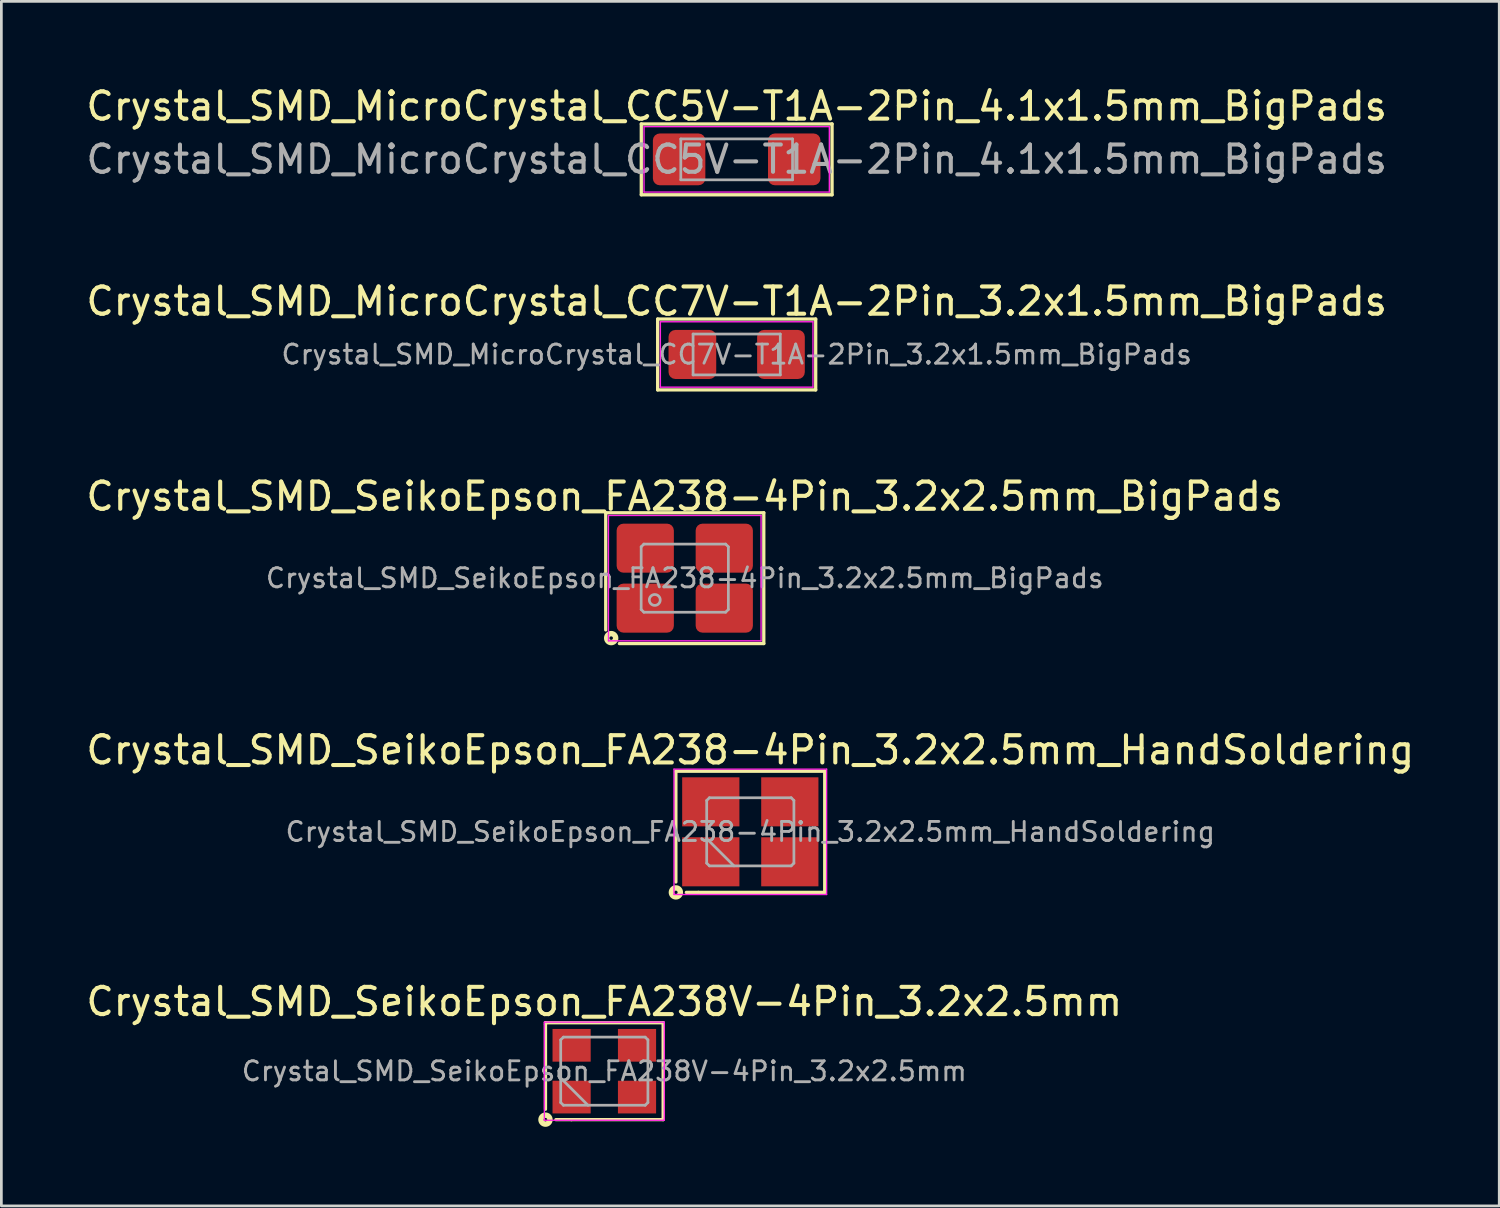
<source format=kicad_pcb>
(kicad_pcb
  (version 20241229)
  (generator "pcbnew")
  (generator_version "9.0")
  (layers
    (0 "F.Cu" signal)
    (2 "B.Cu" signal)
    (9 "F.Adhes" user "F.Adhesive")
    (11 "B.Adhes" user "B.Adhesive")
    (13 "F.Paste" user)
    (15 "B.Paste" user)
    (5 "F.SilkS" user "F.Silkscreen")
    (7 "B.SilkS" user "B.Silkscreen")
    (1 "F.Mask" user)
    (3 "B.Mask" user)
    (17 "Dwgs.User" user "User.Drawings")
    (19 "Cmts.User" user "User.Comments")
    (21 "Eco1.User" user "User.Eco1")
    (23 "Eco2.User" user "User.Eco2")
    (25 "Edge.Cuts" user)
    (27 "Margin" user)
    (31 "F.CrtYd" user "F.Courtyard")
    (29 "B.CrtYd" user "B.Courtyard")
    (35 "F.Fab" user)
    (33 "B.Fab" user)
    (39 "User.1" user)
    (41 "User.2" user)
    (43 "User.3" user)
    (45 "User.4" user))
  (footprint "Crystal_SMD_MicroCrystal_CC5V-T1A-2Pin_4.1x1.5mm_BigPads"
    (layer "F.Cu")
    (at 23.982 2.798)
    (property "Reference" "Crystal_SMD_MicroCrystal_CC5V-T1A-2Pin_4.1x1.5mm_BigPads" (at 0 -1.95 0) (layer "F.SilkS") (effects (font (size 1 1) (thickness 0.15))))
    (attr smd)
    (fp_line (start -3.5 -1.3) (end -3.5 1.3) (stroke (width 0.12) (type solid)) (layer "F.SilkS"))
    (fp_line (start -3.5 1.3) (end 3.5 1.3) (stroke (width 0.12) (type solid)) (layer "F.SilkS"))
    (fp_line (start 3.5 -1.3) (end -3.5 -1.3) (stroke (width 0.12) (type solid)) (layer "F.SilkS"))
    (fp_line (start 3.5 1.3) (end 3.5 -1.3) (stroke (width 0.12) (type solid)) (layer "F.SilkS"))
    (fp_line (start -3.4 -1.2) (end -3.4 1.2) (stroke (width 0.05) (type solid)) (layer "F.CrtYd"))
    (fp_line (start -3.4 1.2) (end 3.4 1.2) (stroke (width 0.05) (type solid)) (layer "F.CrtYd"))
    (fp_line (start 3.4 -1.2) (end -3.4 -1.2) (stroke (width 0.05) (type solid)) (layer "F.CrtYd"))
    (fp_line (start 3.4 1.2) (end 3.4 -1.2) (stroke (width 0.05) (type solid)) (layer "F.CrtYd"))
    (fp_line (start -2.05 -0.75) (end -2.05 0.75) (stroke (width 0.1) (type solid)) (layer "F.Fab"))
    (fp_line (start -2.05 0.75) (end 2.05 0.75) (stroke (width 0.1) (type solid)) (layer "F.Fab"))
    (fp_line (start 2.05 -0.75) (end -2.05 -0.75) (stroke (width 0.1) (type solid)) (layer "F.Fab"))
    (fp_line (start 2.05 0.75) (end 2.05 -0.75) (stroke (width 0.1) (type solid)) (layer "F.Fab"))
    (fp_text user "${REFERENCE}" (at 0 0 0) (layer "F.Fab") (effects (font (size 1 1) (thickness 0.15))))
    (pad "1" smd roundrect (at -2.112 0) (size 1.925 1.9) (layers "F.Cu" "F.Mask" "F.Paste") (roundrect_rratio 0.132))
    (pad "2" smd roundrect (at 2.112 0) (size 1.925 1.9) (layers "F.Cu" "F.Mask" "F.Paste") (roundrect_rratio 0.132)))
  (footprint "Crystal_SMD_MicroCrystal_CC7V-T1A-2Pin_3.2x1.5mm_BigPads"
    (layer "F.Cu")
    (at 23.982 9.957)
    (property "Reference" "Crystal_SMD_MicroCrystal_CC7V-T1A-2Pin_3.2x1.5mm_BigPads" (at 0 -1.95 0) (layer "F.SilkS") (effects (font (size 1 1) (thickness 0.15))))
    (attr smd)
    (fp_line (start -2.9 -1.3) (end -2.9 1.3) (stroke (width 0.12) (type solid)) (layer "F.SilkS"))
    (fp_line (start -2.9 1.3) (end 2.9 1.3) (stroke (width 0.12) (type solid)) (layer "F.SilkS"))
    (fp_line (start 2.9 -1.3) (end -2.9 -1.3) (stroke (width 0.12) (type solid)) (layer "F.SilkS"))
    (fp_line (start 2.9 1.3) (end 2.9 -1.3) (stroke (width 0.12) (type solid)) (layer "F.SilkS"))
    (fp_line (start -2.8 -1.2) (end -2.8 1.2) (stroke (width 0.05) (type solid)) (layer "F.CrtYd"))
    (fp_line (start -2.8 1.2) (end 2.8 1.2) (stroke (width 0.05) (type solid)) (layer "F.CrtYd"))
    (fp_line (start 2.8 -1.2) (end -2.8 -1.2) (stroke (width 0.05) (type solid)) (layer "F.CrtYd"))
    (fp_line (start 2.8 1.2) (end 2.8 -1.2) (stroke (width 0.05) (type solid)) (layer "F.CrtYd"))
    (fp_line (start -1.6 -0.75) (end -1.6 0.75) (stroke (width 0.1) (type solid)) (layer "F.Fab"))
    (fp_line (start -1.6 0.75) (end 1.6 0.75) (stroke (width 0.1) (type solid)) (layer "F.Fab"))
    (fp_line (start 1.6 -0.75) (end -1.6 -0.75) (stroke (width 0.1) (type solid)) (layer "F.Fab"))
    (fp_line (start 1.6 0.75) (end 1.6 -0.75) (stroke (width 0.1) (type solid)) (layer "F.Fab"))
    (fp_text user "${REFERENCE}" (at 0 0 0) (layer "F.Fab") (effects (font (size 0.7 0.7) (thickness 0.105))))
    (pad "1" smd roundrect (at -1.625 0) (size 1.75 1.8) (layers "F.Cu" "F.Mask" "F.Paste") (roundrect_rratio 0.143))
    (pad "2" smd roundrect (at 1.625 0) (size 1.75 1.8) (layers "F.Cu" "F.Mask" "F.Paste") (roundrect_rratio 0.143)))
  (footprint "Crystal_SMD_SeikoEpson_FA238-4Pin_3.2x2.5mm_BigPads"
    (layer "F.Cu")
    (at 22.077 18.165)
    (property "Reference" "Crystal_SMD_SeikoEpson_FA238-4Pin_3.2x2.5mm_BigPads" (at 0 -3 0) (layer "F.SilkS") (effects (font (size 1 1) (thickness 0.15))))
    (attr smd)
    (fp_line (start -2.9 -2.4) (end -2.9 1.9) (stroke (width 0.12) (type solid)) (layer "F.SilkS"))
    (fp_line (start 2.9 -2.4) (end -2.9 -2.4) (stroke (width 0.12) (type solid)) (layer "F.SilkS"))
    (fp_line (start 2.9 -2.4) (end 2.9 2.4) (stroke (width 0.12) (type solid)) (layer "F.SilkS"))
    (fp_line (start 2.9 2.4) (end -2.4 2.4) (stroke (width 0.12) (type solid)) (layer "F.SilkS"))
    (fp_circle (center -2.7 2.2) (end -2.636 2.2) (stroke (width 0.2) (type solid)) (fill no) (layer "F.SilkS"))
    (fp_line (start -2.8 -2.3) (end -2.8 2.3) (stroke (width 0.05) (type solid)) (layer "F.CrtYd"))
    (fp_line (start -2.8 2.3) (end 2.8 2.3) (stroke (width 0.05) (type solid)) (layer "F.CrtYd"))
    (fp_line (start 2.8 -2.3) (end -2.8 -2.3) (stroke (width 0.05) (type solid)) (layer "F.CrtYd"))
    (fp_line (start 2.8 2.3) (end 2.8 -2.3) (stroke (width 0.05) (type solid)) (layer "F.CrtYd"))
    (fp_line (start -1.6 -1.15) (end -1.5 -1.25) (stroke (width 0.1) (type solid)) (layer "F.Fab"))
    (fp_line (start -1.6 1.15) (end -1.6 -1.15) (stroke (width 0.1) (type solid)) (layer "F.Fab"))
    (fp_line (start -1.5 -1.25) (end 1.5 -1.25) (stroke (width 0.1) (type solid)) (layer "F.Fab"))
    (fp_line (start -1.5 1.25) (end -1.6 1.15) (stroke (width 0.1) (type solid)) (layer "F.Fab"))
    (fp_line (start 1.5 -1.25) (end 1.6 -1.15) (stroke (width 0.1) (type solid)) (layer "F.Fab"))
    (fp_line (start 1.5 1.25) (end -1.5 1.25) (stroke (width 0.1) (type solid)) (layer "F.Fab"))
    (fp_line (start 1.6 -1.15) (end 1.6 1.15) (stroke (width 0.1) (type solid)) (layer "F.Fab"))
    (fp_line (start 1.6 1.15) (end 1.5 1.25) (stroke (width 0.1) (type solid)) (layer "F.Fab"))
    (fp_circle (center -1.1 0.8) (end -0.9 0.8) (stroke (width 0.1) (type solid)) (fill no) (layer "F.Fab"))
    (fp_text user "${REFERENCE}" (at 0 0 0) (layer "F.Fab") (effects (font (size 0.7 0.7) (thickness 0.105))))
    (pad "1" smd roundrect (at -1.45 1.1) (size 2.1 1.8) (layers "F.Cu" "F.Mask" "F.Paste") (roundrect_rratio 0.139))
    (pad "2" smd roundrect (at 1.45 1.1) (size 2.1 1.8) (layers "F.Cu" "F.Mask" "F.Paste") (roundrect_rratio 0.139))
    (pad "3" smd roundrect (at 1.45 -1.1) (size 2.1 1.8) (layers "F.Cu" "F.Mask" "F.Paste") (roundrect_rratio 0.139))
    (pad "4" smd roundrect (at -1.45 -1.1) (size 2.1 1.8) (layers "F.Cu" "F.Mask" "F.Paste") (roundrect_rratio 0.139)))
  (footprint "Crystal_SMD_SeikoEpson_FA238-4Pin_3.2x2.5mm_HandSoldering"
    (layer "F.Cu")
    (at 24.482 27.473)
    (property "Reference" "Crystal_SMD_SeikoEpson_FA238-4Pin_3.2x2.5mm_HandSoldering" (at 0 -3 0) (layer "F.SilkS") (effects (font (size 1 1) (thickness 0.15))))
    (attr smd)
    (fp_line (start -2.731 -2.223) (end -2.731 1.841) (stroke (width 0.12) (type solid)) (layer "F.SilkS"))
    (fp_line (start -2.731 -2.223) (end 2.731 -2.223) (stroke (width 0.12) (type solid)) (layer "F.SilkS"))
    (fp_line (start -1.905 2.223) (end -2.349 2.223) (stroke (width 0.12) (type solid)) (layer "F.SilkS"))
    (fp_line (start 2.731 -2.223) (end 2.731 2.223) (stroke (width 0.12) (type solid)) (layer "F.SilkS"))
    (fp_line (start 2.731 2.223) (end -1.905 2.223) (stroke (width 0.12) (type solid)) (layer "F.SilkS"))
    (fp_circle (center -2.731 2.223) (end -2.667 2.223) (stroke (width 0.2) (type solid)) (fill no) (layer "F.SilkS"))
    (fp_line (start -2.8 -2.3) (end -2.8 2.3) (stroke (width 0.05) (type solid)) (layer "F.CrtYd"))
    (fp_line (start -2.8 2.3) (end 2.8 2.3) (stroke (width 0.05) (type solid)) (layer "F.CrtYd"))
    (fp_line (start 2.8 -2.3) (end -2.8 -2.3) (stroke (width 0.05) (type solid)) (layer "F.CrtYd"))
    (fp_line (start 2.8 2.3) (end 2.8 -2.3) (stroke (width 0.05) (type solid)) (layer "F.CrtYd"))
    (fp_line (start -1.6 -1.15) (end -1.5 -1.25) (stroke (width 0.1) (type solid)) (layer "F.Fab"))
    (fp_line (start -1.6 0.25) (end -0.6 1.25) (stroke (width 0.1) (type solid)) (layer "F.Fab"))
    (fp_line (start -1.6 1.15) (end -1.6 -1.15) (stroke (width 0.1) (type solid)) (layer "F.Fab"))
    (fp_line (start -1.5 -1.25) (end 1.5 -1.25) (stroke (width 0.1) (type solid)) (layer "F.Fab"))
    (fp_line (start -1.5 1.25) (end -1.6 1.15) (stroke (width 0.1) (type solid)) (layer "F.Fab"))
    (fp_line (start 1.5 -1.25) (end 1.6 -1.15) (stroke (width 0.1) (type solid)) (layer "F.Fab"))
    (fp_line (start 1.5 1.25) (end -1.5 1.25) (stroke (width 0.1) (type solid)) (layer "F.Fab"))
    (fp_line (start 1.6 -1.15) (end 1.6 1.15) (stroke (width 0.1) (type solid)) (layer "F.Fab"))
    (fp_line (start 1.6 1.15) (end 1.5 1.25) (stroke (width 0.1) (type solid)) (layer "F.Fab"))
    (fp_text user "${REFERENCE}" (at 0 0 0) (layer "F.Fab") (effects (font (size 0.7 0.7) (thickness 0.105))))
    (pad "1" smd rect (at -1.45 1.1) (size 2.1 1.8) (layers "F.Cu" "F.Mask" "F.Paste"))
    (pad "2" smd rect (at 1.45 1.1) (size 2.1 1.8) (layers "F.Cu" "F.Mask" "F.Paste"))
    (pad "3" smd rect (at 1.45 -1.1) (size 2.1 1.8) (layers "F.Cu" "F.Mask" "F.Paste"))
    (pad "4" smd rect (at -1.45 -1.1) (size 2.1 1.8) (layers "F.Cu" "F.Mask" "F.Paste")))
  (footprint "Crystal_SMD_SeikoEpson_FA238V-4Pin_3.2x2.5mm"
    (layer "F.Cu")
    (at 19.125 36.257)
    (property "Reference" "Crystal_SMD_SeikoEpson_FA238V-4Pin_3.2x2.5mm" (at 0 -2.55 0) (layer "F.SilkS") (effects (font (size 1 1) (thickness 0.15))))
    (attr smd)
    (fp_line (start -2.159 -1.778) (end 2.159 -1.778) (stroke (width 0.12) (type solid)) (layer "F.SilkS"))
    (fp_line (start -2.159 -1.714) (end -2.159 -1.778) (stroke (width 0.12) (type solid)) (layer "F.SilkS"))
    (fp_line (start -2.159 1.397) (end -2.159 -1.714) (stroke (width 0.12) (type solid)) (layer "F.SilkS"))
    (fp_line (start -1.778 1.778) (end -1.206 1.778) (stroke (width 0.12) (type solid)) (layer "F.SilkS"))
    (fp_line (start 2.159 -1.778) (end 2.159 1.778) (stroke (width 0.12) (type solid)) (layer "F.SilkS"))
    (fp_line (start 2.159 1.778) (end -1.206 1.778) (stroke (width 0.12) (type solid)) (layer "F.SilkS"))
    (fp_circle (center -2.159 1.778) (end -2.095 1.778) (stroke (width 0.2) (type solid)) (fill no) (layer "F.SilkS"))
    (fp_line (start -2.2 -1.8) (end -2.2 1.8) (stroke (width 0.05) (type solid)) (layer "F.CrtYd"))
    (fp_line (start -2.2 1.8) (end 2.2 1.8) (stroke (width 0.05) (type solid)) (layer "F.CrtYd"))
    (fp_line (start 2.2 -1.8) (end -2.2 -1.8) (stroke (width 0.05) (type solid)) (layer "F.CrtYd"))
    (fp_line (start 2.2 1.8) (end 2.2 -1.8) (stroke (width 0.05) (type solid)) (layer "F.CrtYd"))
    (fp_line (start -1.6 -1.15) (end -1.5 -1.25) (stroke (width 0.1) (type solid)) (layer "F.Fab"))
    (fp_line (start -1.6 0.25) (end -0.6 1.25) (stroke (width 0.1) (type solid)) (layer "F.Fab"))
    (fp_line (start -1.6 1.15) (end -1.6 -1.15) (stroke (width 0.1) (type solid)) (layer "F.Fab"))
    (fp_line (start -1.5 -1.25) (end 1.5 -1.25) (stroke (width 0.1) (type solid)) (layer "F.Fab"))
    (fp_line (start -1.5 1.25) (end -1.6 1.15) (stroke (width 0.1) (type solid)) (layer "F.Fab"))
    (fp_line (start 1.5 -1.25) (end 1.6 -1.15) (stroke (width 0.1) (type solid)) (layer "F.Fab"))
    (fp_line (start 1.5 1.25) (end -1.5 1.25) (stroke (width 0.1) (type solid)) (layer "F.Fab"))
    (fp_line (start 1.6 -1.15) (end 1.6 1.15) (stroke (width 0.1) (type solid)) (layer "F.Fab"))
    (fp_line (start 1.6 1.15) (end 1.5 1.25) (stroke (width 0.1) (type solid)) (layer "F.Fab"))
    (fp_text user "${REFERENCE}" (at 0 0 0) (layer "F.Fab") (effects (font (size 0.7 0.7) (thickness 0.105))))
    (pad "1" smd rect (at -1.2 0.95) (size 1.4 1.2) (layers "F.Cu" "F.Mask" "F.Paste"))
    (pad "2" smd rect (at 1.2 0.95) (size 1.4 1.2) (layers "F.Cu" "F.Mask" "F.Paste"))
    (pad "3" smd rect (at 1.2 -0.95) (size 1.4 1.2) (layers "F.Cu" "F.Mask" "F.Paste"))
    (pad "4" smd rect (at -1.2 -0.95) (size 1.4 1.2) (layers "F.Cu" "F.Mask" "F.Paste")))
  (gr_rect
    (start -3 -3)
    (end 51.964 41.199)
    (stroke (width 0.1) (type default))
    (fill no)
    (layer "Edge.Cuts")))
</source>
